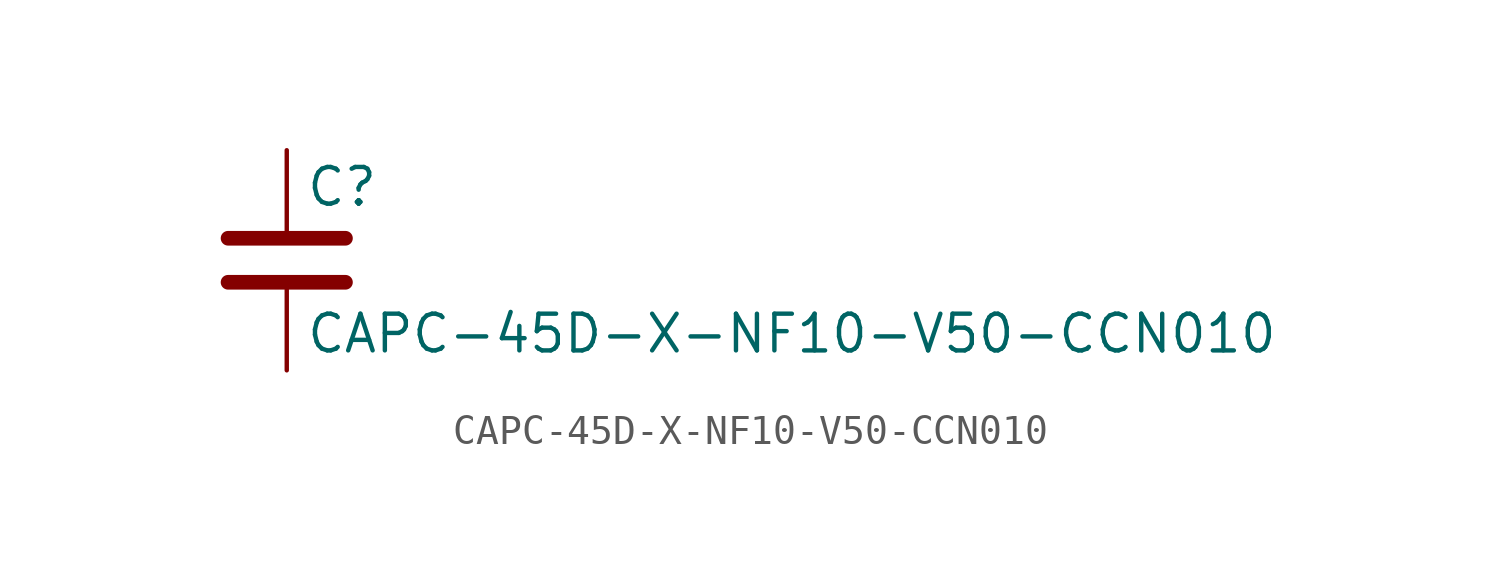
<source format=kicad_sym>
(kicad_symbol_lib
  (version 20211014)
  (generator kicad_symbol_editor)
  (symbol "CAPC-45D-X-NF10-V50-CCN010"
    (pin_numbers hide)
    (pin_names
      (offset 0.254))
    (property "Reference" "C"
      (at 0.635 2.54 0)
      (effects (font (size 1.27 1.27)) (justify left)))
    (property "Value" "CAPC-45D-X-NF10-V50-CCN010"
      (at 0.635 -2.54 0)
      (effects (font (size 1.27 1.27)) (justify left)))
    (symbol "CAPC-45D-X-NF10-V50-CCN010_0_1"
      (polyline (pts (xy -2.032 -0.762) (xy 2.032 -0.762)) (stroke (width 0.508) (type default) (color 0 0 0 0)) (fill (type none)))
      (polyline (pts (xy -2.032 0.762) (xy 2.032 0.762)) (stroke (width 0.508) (type default) (color 0 0 0 0)) (fill (type none))))
    (symbol "CAPC-45D-X-NF10-V50-CCN010_1_1"
      (pin passive line (at 0 3.81 270) (length 2.794) (name "~" (effects (font (size 1.27 1.27)))) (number "1" (effects (font (size 1.27 1.27)))))
      (pin passive line (at 0 -3.81 90) (length 2.794) (name "~" (effects (font (size 1.27 1.27)))) (number "2" (effects (font (size 1.27 1.27))))))))
</source>
